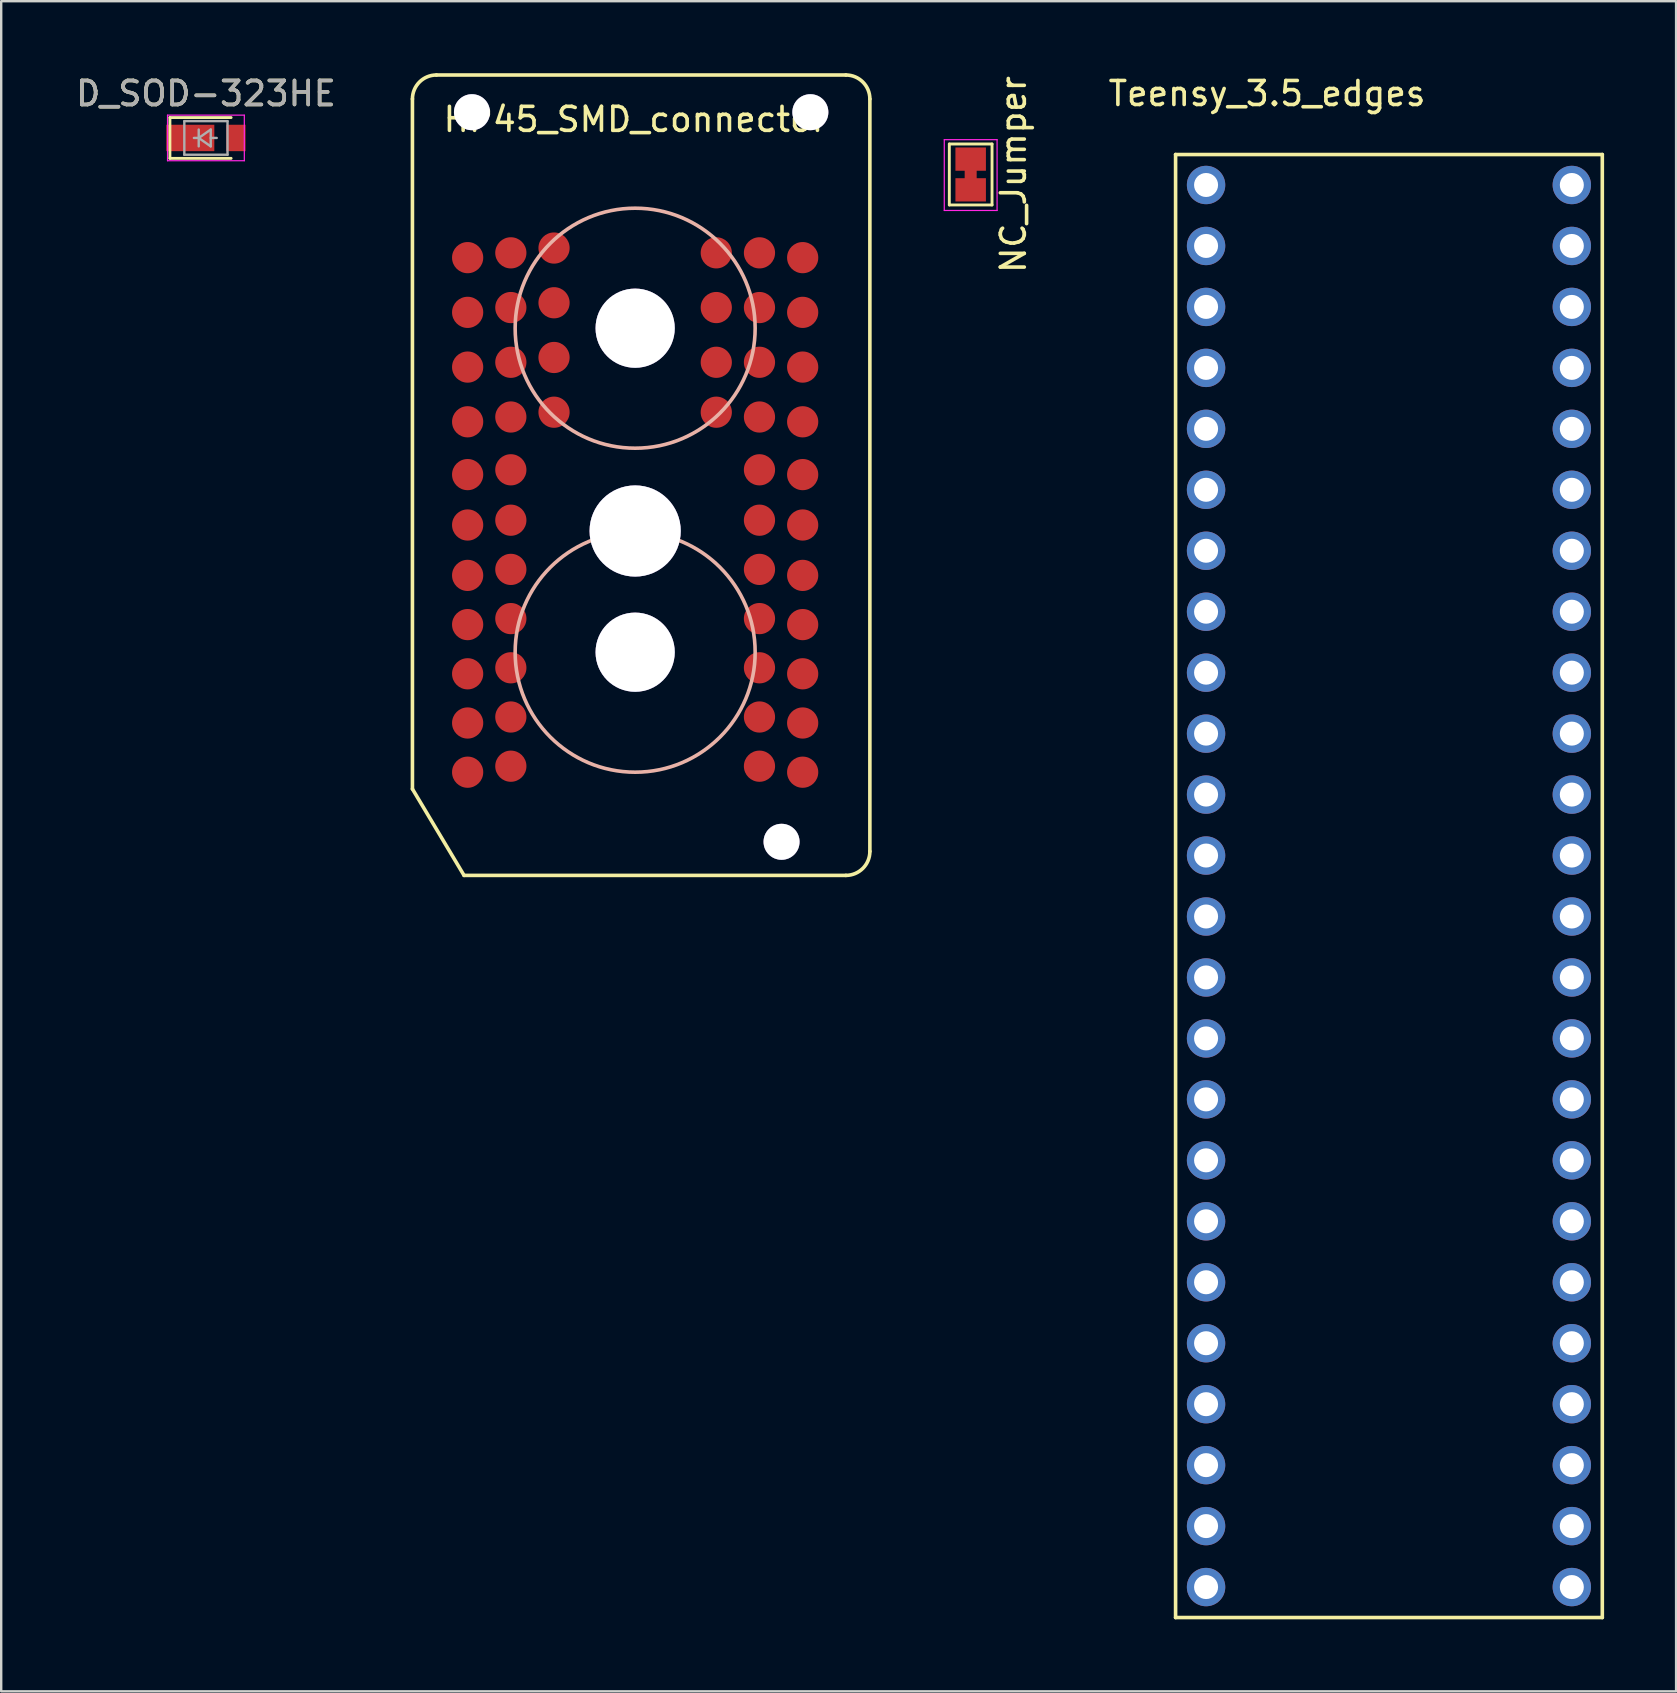
<source format=kicad_pcb>
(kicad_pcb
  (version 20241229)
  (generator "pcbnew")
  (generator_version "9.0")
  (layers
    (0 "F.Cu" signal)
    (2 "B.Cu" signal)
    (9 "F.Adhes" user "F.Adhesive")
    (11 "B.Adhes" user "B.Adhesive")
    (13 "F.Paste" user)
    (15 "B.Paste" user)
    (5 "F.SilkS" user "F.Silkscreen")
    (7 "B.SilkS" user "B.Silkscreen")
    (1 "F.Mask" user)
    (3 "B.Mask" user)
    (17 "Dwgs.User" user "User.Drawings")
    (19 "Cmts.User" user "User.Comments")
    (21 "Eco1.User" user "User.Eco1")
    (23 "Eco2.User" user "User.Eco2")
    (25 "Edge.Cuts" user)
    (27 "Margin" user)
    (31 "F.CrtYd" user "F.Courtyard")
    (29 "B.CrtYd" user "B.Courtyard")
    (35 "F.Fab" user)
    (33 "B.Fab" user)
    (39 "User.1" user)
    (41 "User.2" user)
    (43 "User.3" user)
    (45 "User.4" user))
  (footprint "Teensy_3.5_edges"
    (layer "F.Cu")
    (at 54.823 3.388)
    (property "Reference" "Teensy_3.5_edges" (at -5.08 -2.54 0) (layer "F.SilkS") (effects (font (size 1 1) (thickness 0.15))))
    (attr through_hole)
    (fp_line (start -8.89 0) (end -8.89 60.96) (stroke (width 0.15) (type solid)) (layer "F.SilkS"))
    (fp_line (start -8.89 60.96) (end 8.89 60.96) (stroke (width 0.15) (type solid)) (layer "F.SilkS"))
    (fp_line (start 8.89 0) (end -8.89 0) (stroke (width 0.15) (type solid)) (layer "F.SilkS"))
    (fp_line (start 8.89 60.96) (end 8.89 0) (stroke (width 0.15) (type solid)) (layer "F.SilkS"))
    (pad "1" thru_hole circle (at -7.62 1.27) (size 1.6 1.6) (drill 1) (layers "*.Cu" "*.Mask"))
    (pad "2" thru_hole circle (at -7.62 3.81) (size 1.6 1.6) (drill 1) (layers "*.Cu" "*.Mask"))
    (pad "3" thru_hole circle (at -7.62 6.35) (size 1.6 1.6) (drill 1) (layers "*.Cu" "*.Mask"))
    (pad "4" thru_hole circle (at -7.62 8.89) (size 1.6 1.6) (drill 1) (layers "*.Cu" "*.Mask"))
    (pad "5" thru_hole circle (at -7.62 11.43) (size 1.6 1.6) (drill 1) (layers "*.Cu" "*.Mask"))
    (pad "6" thru_hole circle (at -7.62 13.97) (size 1.6 1.6) (drill 1) (layers "*.Cu" "*.Mask"))
    (pad "7" thru_hole circle (at -7.62 16.51) (size 1.6 1.6) (drill 1) (layers "*.Cu" "*.Mask"))
    (pad "8" thru_hole circle (at -7.62 19.05) (size 1.6 1.6) (drill 1) (layers "*.Cu" "*.Mask"))
    (pad "9" thru_hole circle (at -7.62 21.59) (size 1.6 1.6) (drill 1) (layers "*.Cu" "*.Mask"))
    (pad "10" thru_hole circle (at -7.62 24.13) (size 1.6 1.6) (drill 1) (layers "*.Cu" "*.Mask"))
    (pad "11" thru_hole circle (at -7.62 26.67) (size 1.6 1.6) (drill 1) (layers "*.Cu" "*.Mask"))
    (pad "12" thru_hole circle (at -7.62 29.21) (size 1.6 1.6) (drill 1) (layers "*.Cu" "*.Mask"))
    (pad "13" thru_hole circle (at -7.62 31.75) (size 1.6 1.6) (drill 1) (layers "*.Cu" "*.Mask"))
    (pad "14" thru_hole circle (at -7.62 34.29) (size 1.6 1.6) (drill 1) (layers "*.Cu" "*.Mask"))
    (pad "15" thru_hole circle (at -7.62 36.83) (size 1.6 1.6) (drill 1) (layers "*.Cu" "*.Mask"))
    (pad "16" thru_hole circle (at -7.62 39.37) (size 1.6 1.6) (drill 1) (layers "*.Cu" "*.Mask"))
    (pad "17" thru_hole circle (at -7.62 41.91) (size 1.6 1.6) (drill 1) (layers "*.Cu" "*.Mask"))
    (pad "18" thru_hole circle (at -7.62 44.45) (size 1.6 1.6) (drill 1) (layers "*.Cu" "*.Mask"))
    (pad "19" thru_hole circle (at -7.62 46.99) (size 1.6 1.6) (drill 1) (layers "*.Cu" "*.Mask"))
    (pad "20" thru_hole circle (at -7.62 49.53) (size 1.6 1.6) (drill 1) (layers "*.Cu" "*.Mask"))
    (pad "21" thru_hole circle (at -7.62 52.07) (size 1.6 1.6) (drill 1) (layers "*.Cu" "*.Mask"))
    (pad "22" thru_hole circle (at -7.62 54.61) (size 1.6 1.6) (drill 1) (layers "*.Cu" "*.Mask"))
    (pad "23" thru_hole circle (at -7.62 57.15) (size 1.6 1.6) (drill 1) (layers "*.Cu" "*.Mask"))
    (pad "24" thru_hole circle (at -7.62 59.69) (size 1.6 1.6) (drill 1) (layers "*.Cu" "*.Mask"))
    (pad "46" thru_hole circle (at 7.62 59.69) (size 1.6 1.6) (drill 1) (layers "*.Cu" "*.Mask"))
    (pad "47" thru_hole circle (at 7.62 57.15) (size 1.6 1.6) (drill 1) (layers "*.Cu" "*.Mask"))
    (pad "48" thru_hole circle (at 7.62 54.61) (size 1.6 1.6) (drill 1) (layers "*.Cu" "*.Mask"))
    (pad "49" thru_hole circle (at 7.62 52.07) (size 1.6 1.6) (drill 1) (layers "*.Cu" "*.Mask"))
    (pad "50" thru_hole circle (at 7.62 49.53) (size 1.6 1.6) (drill 1) (layers "*.Cu" "*.Mask"))
    (pad "51" thru_hole circle (at 7.62 46.99) (size 1.6 1.6) (drill 1) (layers "*.Cu" "*.Mask"))
    (pad "52" thru_hole circle (at 7.62 44.45) (size 1.6 1.6) (drill 1) (layers "*.Cu" "*.Mask"))
    (pad "53" thru_hole circle (at 7.62 41.91) (size 1.6 1.6) (drill 1) (layers "*.Cu" "*.Mask"))
    (pad "54" thru_hole circle (at 7.62 39.37) (size 1.6 1.6) (drill 1) (layers "*.Cu" "*.Mask"))
    (pad "55" thru_hole circle (at 7.62 36.83) (size 1.6 1.6) (drill 1) (layers "*.Cu" "*.Mask"))
    (pad "56" thru_hole circle (at 7.62 34.29) (size 1.6 1.6) (drill 1) (layers "*.Cu" "*.Mask"))
    (pad "57" thru_hole circle (at 7.62 31.75) (size 1.6 1.6) (drill 1) (layers "*.Cu" "*.Mask"))
    (pad "58" thru_hole circle (at 7.62 29.21) (size 1.6 1.6) (drill 1) (layers "*.Cu" "*.Mask"))
    (pad "59" thru_hole circle (at 7.62 26.67) (size 1.6 1.6) (drill 1) (layers "*.Cu" "*.Mask"))
    (pad "60" thru_hole circle (at 7.62 24.13) (size 1.6 1.6) (drill 1) (layers "*.Cu" "*.Mask"))
    (pad "61" thru_hole circle (at 7.62 21.59) (size 1.6 1.6) (drill 1) (layers "*.Cu" "*.Mask"))
    (pad "62" thru_hole circle (at 7.62 19.05) (size 1.6 1.6) (drill 1) (layers "*.Cu" "*.Mask"))
    (pad "63" thru_hole circle (at 7.62 16.51) (size 1.6 1.6) (drill 1) (layers "*.Cu" "*.Mask"))
    (pad "64" thru_hole circle (at 7.62 13.97) (size 1.6 1.6) (drill 1) (layers "*.Cu" "*.Mask"))
    (pad "65" thru_hole circle (at 7.62 11.43) (size 1.6 1.6) (drill 1) (layers "*.Cu" "*.Mask"))
    (pad "66" thru_hole circle (at 7.62 8.89) (size 1.6 1.6) (drill 1) (layers "*.Cu" "*.Mask"))
    (pad "67" thru_hole circle (at 7.62 6.35) (size 1.6 1.6) (drill 1) (layers "*.Cu" "*.Mask"))
    (pad "68" thru_hole circle (at 7.62 3.81) (size 1.6 1.6) (drill 1) (layers "*.Cu" "*.Mask"))
    (pad "69" thru_hole circle (at 7.62 1.27) (size 1.6 1.6) (drill 1) (layers "*.Cu" "*.Mask")))
  (footprint "NC_Jumper"
    (layer "F.Cu")
    (at 37.395 4.22)
    (property "Reference" "NC_Jumper" (at 1.78 0 90) (layer "F.SilkS") (effects (font (size 1 1) (thickness 0.15))))
    (attr smd)
    (fp_line (start -0.89 -1.27) (end -0.89 1.27) (stroke (width 0.12) (type solid)) (layer "F.SilkS"))
    (fp_line (start -0.89 -1.27) (end 0.89 -1.27) (stroke (width 0.12) (type solid)) (layer "F.SilkS"))
    (fp_line (start 0.89 1.27) (end -0.89 1.27) (stroke (width 0.12) (type solid)) (layer "F.SilkS"))
    (fp_line (start 0.89 1.27) (end 0.89 -1.27) (stroke (width 0.12) (type solid)) (layer "F.SilkS"))
    (fp_line (start -1.1 -1.45) (end 1.1 -1.45) (stroke (width 0.05) (type solid)) (layer "F.CrtYd"))
    (fp_line (start -1.1 1.5) (end -1.1 -1.45) (stroke (width 0.05) (type solid)) (layer "F.CrtYd"))
    (fp_line (start 1.1 -1.45) (end 1.1 1.5) (stroke (width 0.05) (type solid)) (layer "F.CrtYd"))
    (fp_line (start 1.1 1.5) (end -1.1 1.5) (stroke (width 0.05) (type solid)) (layer "F.CrtYd"))
    (pad "" smd rect (at 0 0) (size 0.5 1) (layers "F.Cu" "F.Mask" "F.Paste"))
    (pad "1" smd rect (at 0 -0.64) (size 1.27 0.97) (layers "F.Cu" "F.Mask" "F.Paste"))
    (pad "2" smd rect (at 0 0.64) (size 1.27 0.97) (layers "F.Cu" "F.Mask" "F.Paste")))
  (footprint "D_SOD-323HE"
    (layer "F.Cu")
    (at 5.53 2.698)
    (property "Reference" "D_SOD-323HE" (at 0 -1.85 0) (layer "F.SilkS") (effects (font (size 1 1) (thickness 0.15))))
    (attr smd)
    (fp_line (start -1.5 -0.85) (end -1.5 0.85) (stroke (width 0.12) (type solid)) (layer "F.SilkS"))
    (fp_line (start -1.5 -0.85) (end 1.05 -0.85) (stroke (width 0.12) (type solid)) (layer "F.SilkS"))
    (fp_line (start -1.5 0.85) (end 1.05 0.85) (stroke (width 0.12) (type solid)) (layer "F.SilkS"))
    (fp_line (start -1.6 -0.95) (end -1.6 0.95) (stroke (width 0.05) (type solid)) (layer "F.CrtYd"))
    (fp_line (start -1.6 -0.95) (end 1.6 -0.95) (stroke (width 0.05) (type solid)) (layer "F.CrtYd"))
    (fp_line (start -1.6 0.95) (end 1.6 0.95) (stroke (width 0.05) (type solid)) (layer "F.CrtYd"))
    (fp_line (start 1.6 -0.95) (end 1.6 0.95) (stroke (width 0.05) (type solid)) (layer "F.CrtYd"))
    (fp_line (start -0.9 -0.7) (end 0.9 -0.7) (stroke (width 0.1) (type solid)) (layer "F.Fab"))
    (fp_line (start -0.9 0.7) (end -0.9 -0.7) (stroke (width 0.1) (type solid)) (layer "F.Fab"))
    (fp_line (start -0.3 -0.35) (end -0.3 0.35) (stroke (width 0.1) (type solid)) (layer "F.Fab"))
    (fp_line (start -0.3 0) (end -0.5 0) (stroke (width 0.1) (type solid)) (layer "F.Fab"))
    (fp_line (start -0.3 0) (end 0.2 -0.35) (stroke (width 0.1) (type solid)) (layer "F.Fab"))
    (fp_line (start 0.2 -0.35) (end 0.2 0.35) (stroke (width 0.1) (type solid)) (layer "F.Fab"))
    (fp_line (start 0.2 0) (end 0.45 0) (stroke (width 0.1) (type solid)) (layer "F.Fab"))
    (fp_line (start 0.2 0.35) (end -0.3 0) (stroke (width 0.1) (type solid)) (layer "F.Fab"))
    (fp_line (start 0.9 -0.7) (end 0.9 0.7) (stroke (width 0.1) (type solid)) (layer "F.Fab"))
    (fp_line (start 0.9 0.7) (end -0.9 0.7) (stroke (width 0.1) (type solid)) (layer "F.Fab"))
    (fp_text user "${REFERENCE}" (at 0 -1.85 0) (layer "F.Fab") (effects (font (size 1 1) (thickness 0.15))))
    (pad "1" smd rect (at -0.65 0) (size 2 1.1) (layers "F.Cu" "F.Mask" "F.Paste"))
    (pad "2" smd rect (at 1.25 0) (size 0.8 1.1) (layers "F.Cu" "F.Mask" "F.Paste")))
  (footprint "HP45_SMD_connector"
    (layer "F.Cu")
    (at 23.415 33.425)
    (property "Reference" "HP45_SMD_connector" (at 0 -31.5 0) (layer "F.SilkS") (effects (font (size 1 1) (thickness 0.15))))
    (attr through_hole)
    (fp_line (start -9.28 -32.35) (end -9.28 -3.6) (stroke (width 0.15) (type solid)) (layer "F.SilkS"))
    (fp_line (start -9.28 -3.6) (end -7.13 0) (stroke (width 0.15) (type solid)) (layer "F.SilkS"))
    (fp_line (start -7.13 0) (end 8.78 0) (stroke (width 0.15) (type solid)) (layer "F.SilkS"))
    (fp_line (start 8.78 -33.35) (end -8.28 -33.35) (stroke (width 0.15) (type solid)) (layer "F.SilkS"))
    (fp_line (start 9.78 -1) (end 9.78 -32.35) (stroke (width 0.15) (type solid)) (layer "F.SilkS"))
    (fp_arc (start -9.28 -32.35) (mid -8.987107 -33.057107) (end -8.28 -33.35) (stroke (width 0.15) (type solid)) (layer "F.SilkS"))
    (fp_arc (start 8.78 -33.35) (mid 9.487107 -33.057107) (end 9.78 -32.35) (stroke (width 0.15) (type solid)) (layer "F.SilkS"))
    (fp_arc (start 9.78 -1) (mid 9.487107 -0.292893) (end 8.78 0) (stroke (width 0.15) (type solid)) (layer "F.SilkS"))
    (fp_circle (center 0 -22.8) (end 0 -17.8) (stroke (width 0.15) (type solid)) (fill no) (layer "B.SilkS"))
    (fp_circle (center 0 -9.3) (end 0 -4.3) (stroke (width 0.15) (type solid)) (fill no) (layer "B.SilkS"))
    (pad "" thru_hole oval (at -6.8 -31.8) (size 1.5 1.5) (drill oval 1.5) (layers "*.Cu" "*.Mask"))
    (pad "" thru_hole circle (at 0 -22.8) (size 3.3 3.3) (drill 3.3) (layers "*.Cu" "*.Mask"))
    (pad "" thru_hole circle (at 0 -14.35) (size 3.8 3.8) (drill 3.8) (layers "*.Cu" "*.Mask"))
    (pad "" thru_hole circle (at 0 -9.3) (size 3.3 3.3) (drill 3.3) (layers "*.Cu" "*.Mask"))
    (pad "" thru_hole oval (at 6.1 -1.4) (size 1.5 1.5) (drill oval 1.5) (layers "*.Cu" "*.Mask"))
    (pad "" thru_hole oval (at 7.3 -31.8) (size 1.5 1.5) (drill oval 1.5) (layers "*.Cu" "*.Mask"))
    (pad "1" smd circle (at 6.98 -4.3) (size 1.3 1.3) (layers "F.Cu" "F.Mask" "F.Paste"))
    (pad "2" smd circle (at -6.98 -4.3) (size 1.3 1.3) (layers "F.Cu" "F.Mask" "F.Paste"))
    (pad "3" smd circle (at 5.18 -4.55) (size 1.3 1.3) (layers "F.Cu" "F.Mask" "F.Paste"))
    (pad "4" smd circle (at -5.18 -4.55) (size 1.3 1.3) (layers "F.Cu" "F.Mask" "F.Paste"))
    (pad "5" smd circle (at 6.98 -6.35) (size 1.3 1.3) (layers "F.Cu" "F.Mask" "F.Paste"))
    (pad "6" smd circle (at -6.98 -6.35) (size 1.3 1.3) (layers "F.Cu" "F.Mask" "F.Paste"))
    (pad "7" smd circle (at 5.18 -6.6) (size 1.3 1.3) (layers "F.Cu" "F.Mask" "F.Paste"))
    (pad "8" smd circle (at -5.18 -6.6) (size 1.3 1.3) (layers "F.Cu" "F.Mask" "F.Paste"))
    (pad "9" smd circle (at 6.98 -8.4) (size 1.3 1.3) (layers "F.Cu" "F.Mask" "F.Paste"))
    (pad "10" smd circle (at -6.98 -8.4) (size 1.3 1.3) (layers "F.Cu" "F.Mask" "F.Paste"))
    (pad "11" smd circle (at 5.18 -8.65) (size 1.3 1.3) (layers "F.Cu" "F.Mask" "F.Paste"))
    (pad "12" smd circle (at -5.18 -8.65) (size 1.3 1.3) (layers "F.Cu" "F.Mask" "F.Paste"))
    (pad "13" smd circle (at 6.98 -10.45) (size 1.3 1.3) (layers "F.Cu" "F.Mask" "F.Paste"))
    (pad "14" smd circle (at -6.98 -10.45) (size 1.3 1.3) (layers "F.Cu" "F.Mask" "F.Paste"))
    (pad "15" smd circle (at 5.18 -10.7) (size 1.3 1.3) (layers "F.Cu" "F.Mask" "F.Paste"))
    (pad "16" smd circle (at -5.18 -10.7) (size 1.3 1.3) (layers "F.Cu" "F.Mask" "F.Paste"))
    (pad "17" smd circle (at 6.98 -12.5) (size 1.3 1.3) (layers "F.Cu" "F.Mask" "F.Paste"))
    (pad "18" smd circle (at -6.98 -12.5) (size 1.3 1.3) (layers "F.Cu" "F.Mask" "F.Paste"))
    (pad "19" smd circle (at 5.18 -12.75) (size 1.3 1.3) (layers "F.Cu" "F.Mask" "F.Paste"))
    (pad "20" smd circle (at -5.18 -12.75) (size 1.3 1.3) (layers "F.Cu" "F.Mask" "F.Paste"))
    (pad "21" smd circle (at 6.98 -14.6) (size 1.3 1.3) (layers "F.Cu" "F.Mask" "F.Paste"))
    (pad "22" smd circle (at -6.98 -14.6) (size 1.3 1.3) (layers "F.Cu" "F.Mask" "F.Paste"))
    (pad "23" smd circle (at 5.18 -14.8) (size 1.3 1.3) (layers "F.Cu" "F.Mask" "F.Paste"))
    (pad "24" smd circle (at -5.18 -14.8) (size 1.3 1.3) (layers "F.Cu" "F.Mask" "F.Paste"))
    (pad "25" smd circle (at 6.98 -16.7) (size 1.3 1.3) (layers "F.Cu" "F.Mask" "F.Paste"))
    (pad "26" smd circle (at -6.98 -16.7) (size 1.3 1.3) (layers "F.Cu" "F.Mask" "F.Paste"))
    (pad "27" smd circle (at 5.18 -16.9) (size 1.3 1.3) (layers "F.Cu" "F.Mask" "F.Paste"))
    (pad "28" smd circle (at -5.18 -16.9) (size 1.3 1.3) (layers "F.Cu" "F.Mask" "F.Paste"))
    (pad "29" smd circle (at 6.98 -18.9) (size 1.3 1.3) (layers "F.Cu" "F.Mask" "F.Paste"))
    (pad "30" smd circle (at -6.98 -18.9) (size 1.3 1.3) (layers "F.Cu" "F.Mask" "F.Paste"))
    (pad "31" smd circle (at 5.18 -19.1) (size 1.3 1.3) (layers "F.Cu" "F.Mask" "F.Paste"))
    (pad "32" smd circle (at -5.18 -19.1) (size 1.3 1.3) (layers "F.Cu" "F.Mask" "F.Paste"))
    (pad "33" smd circle (at 3.38 -19.3) (size 1.3 1.3) (layers "F.Cu" "F.Mask" "F.Paste"))
    (pad "34" smd circle (at -3.38 -19.3) (size 1.3 1.3) (layers "F.Cu" "F.Mask" "F.Paste"))
    (pad "35" smd circle (at 6.98 -21.18) (size 1.3 1.3) (layers "F.Cu" "F.Mask" "F.Paste"))
    (pad "36" smd circle (at -6.98 -21.18) (size 1.3 1.3) (layers "F.Cu" "F.Mask" "F.Paste"))
    (pad "37" smd circle (at 5.18 -21.38) (size 1.3 1.3) (layers "F.Cu" "F.Mask" "F.Paste"))
    (pad "38" smd circle (at -5.18 -21.38) (size 1.3 1.3) (layers "F.Cu" "F.Mask" "F.Paste"))
    (pad "39" smd circle (at 3.38 -21.38) (size 1.3 1.3) (layers "F.Cu" "F.Mask" "F.Paste"))
    (pad "40" smd circle (at -3.38 -21.58) (size 1.3 1.3) (layers "F.Cu" "F.Mask" "F.Paste"))
    (pad "41" smd circle (at 6.98 -23.46) (size 1.3 1.3) (layers "F.Cu" "F.Mask" "F.Paste"))
    (pad "42" smd circle (at -6.98 -23.46) (size 1.3 1.3) (layers "F.Cu" "F.Mask" "F.Paste"))
    (pad "43" smd circle (at 5.18 -23.66) (size 1.3 1.3) (layers "F.Cu" "F.Mask" "F.Paste"))
    (pad "44" smd circle (at -5.18 -23.66) (size 1.3 1.3) (layers "F.Cu" "F.Mask" "F.Paste"))
    (pad "45" smd circle (at 3.38 -23.66) (size 1.3 1.3) (layers "F.Cu" "F.Mask" "F.Paste"))
    (pad "46" smd circle (at -3.38 -23.86) (size 1.3 1.3) (layers "F.Cu" "F.Mask" "F.Paste"))
    (pad "47" smd circle (at 6.98 -25.74) (size 1.3 1.3) (layers "F.Cu" "F.Mask" "F.Paste"))
    (pad "48" smd circle (at -6.98 -25.74) (size 1.3 1.3) (layers "F.Cu" "F.Mask" "F.Paste"))
    (pad "49" smd circle (at 5.18 -25.94) (size 1.3 1.3) (layers "F.Cu" "F.Mask" "F.Paste"))
    (pad "50" smd circle (at -5.18 -25.94) (size 1.3 1.3) (layers "F.Cu" "F.Mask" "F.Paste"))
    (pad "51" smd circle (at 3.38 -25.94) (size 1.3 1.3) (layers "F.Cu" "F.Mask" "F.Paste"))
    (pad "52" smd circle (at -3.38 -26.14) (size 1.3 1.3) (layers "F.Cu" "F.Mask" "F.Paste")))
  (gr_rect
    (start -3 -3)
    (end 66.788 67.423)
    (stroke (width 0.1) (type default))
    (fill no)
    (layer "Edge.Cuts")))
</source>
